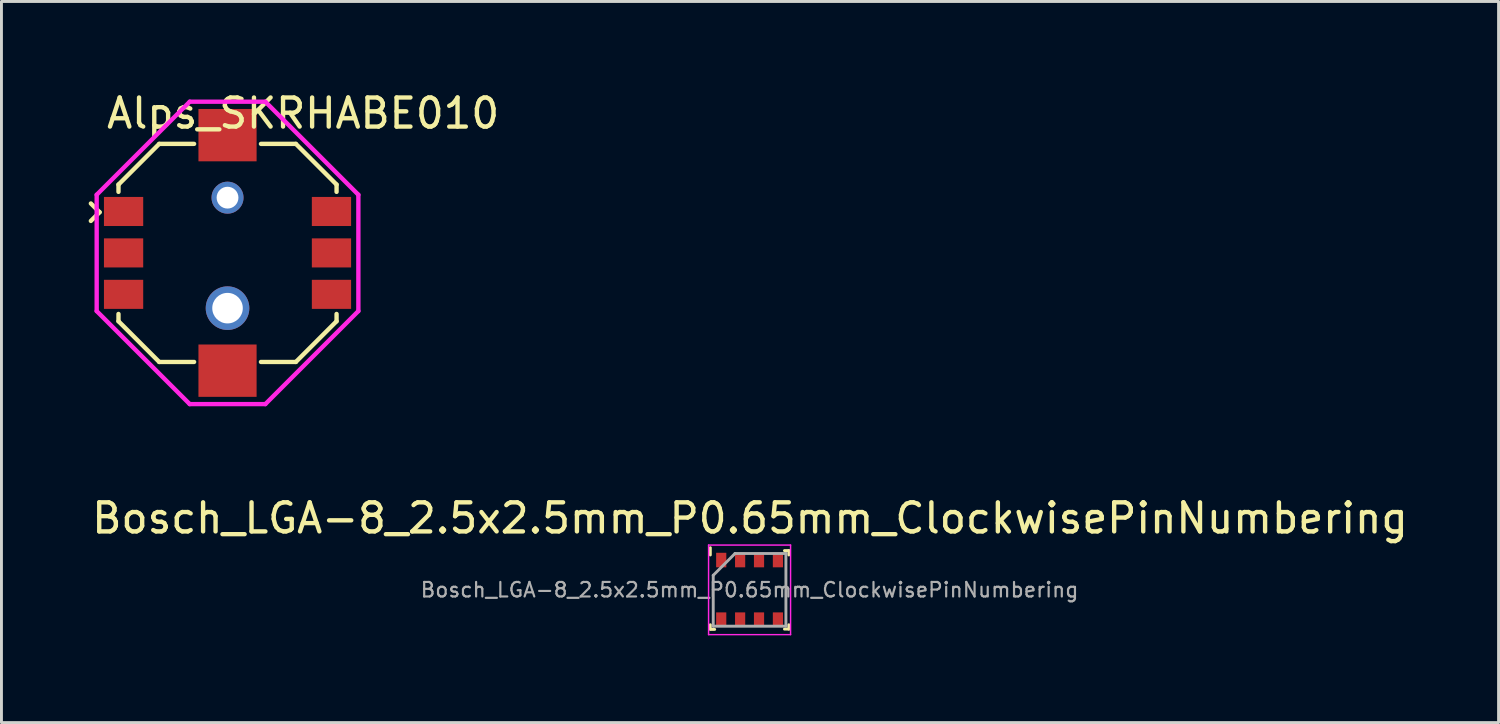
<source format=kicad_pcb>
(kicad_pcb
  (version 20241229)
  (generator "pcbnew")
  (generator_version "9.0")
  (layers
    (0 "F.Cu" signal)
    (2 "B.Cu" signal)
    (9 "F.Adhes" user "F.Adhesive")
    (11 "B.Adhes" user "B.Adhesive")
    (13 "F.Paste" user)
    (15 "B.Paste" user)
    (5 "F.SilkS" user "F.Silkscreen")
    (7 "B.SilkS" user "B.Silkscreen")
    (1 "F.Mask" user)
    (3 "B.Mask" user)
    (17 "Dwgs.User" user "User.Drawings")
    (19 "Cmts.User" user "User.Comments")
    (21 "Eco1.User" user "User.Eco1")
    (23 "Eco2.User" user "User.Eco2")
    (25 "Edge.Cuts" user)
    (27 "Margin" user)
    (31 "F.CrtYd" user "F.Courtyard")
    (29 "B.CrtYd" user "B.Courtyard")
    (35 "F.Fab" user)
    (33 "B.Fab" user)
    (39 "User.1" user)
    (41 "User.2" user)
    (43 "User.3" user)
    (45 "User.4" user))
  (footprint "Bosch_LGA-8_2.5x2.5mm_P0.65mm_ClockwisePinNumbering"
    (layer "F.Cu")
    (at 22.729 17.236)
    (property "Reference" "Bosch_LGA-8_2.5x2.5mm_P0.65mm_ClockwisePinNumbering" (at 0.015 -2.465 0) (layer "F.SilkS") (effects (font (size 1 1) (thickness 0.15))))
    (attr smd)
    (fp_line (start -1.35 -1.2) (end -1.35 -1.45) (stroke (width 0.1) (type solid)) (layer "F.SilkS"))
    (fp_line (start -1.35 1.35) (end -1.35 1.2) (stroke (width 0.1) (type solid)) (layer "F.SilkS"))
    (fp_line (start -1.35 1.36) (end -1.2 1.36) (stroke (width 0.1) (type solid)) (layer "F.SilkS"))
    (fp_line (start 1.2 -1.35) (end 1.35 -1.35) (stroke (width 0.1) (type solid)) (layer "F.SilkS"))
    (fp_line (start 1.35 -1.35) (end 1.35 -1.2) (stroke (width 0.1) (type solid)) (layer "F.SilkS"))
    (fp_line (start 1.35 1.35) (end 1.2 1.35) (stroke (width 0.1) (type solid)) (layer "F.SilkS"))
    (fp_line (start 1.35 1.35) (end 1.35 1.2) (stroke (width 0.1) (type solid)) (layer "F.SilkS"))
    (fp_line (start -1.41 -1.54) (end 1.41 -1.54) (stroke (width 0.05) (type solid)) (layer "F.CrtYd"))
    (fp_line (start -1.41 1.54) (end -1.41 -1.54) (stroke (width 0.05) (type solid)) (layer "F.CrtYd"))
    (fp_line (start 1.41 -1.54) (end 1.41 1.54) (stroke (width 0.05) (type solid)) (layer "F.CrtYd"))
    (fp_line (start 1.41 1.54) (end -1.41 1.54) (stroke (width 0.05) (type solid)) (layer "F.CrtYd"))
    (fp_line (start -1.25 -0.5) (end -0.5 -1.25) (stroke (width 0.1) (type solid)) (layer "F.Fab"))
    (fp_line (start -1.25 1.25) (end -1.25 -0.5) (stroke (width 0.1) (type solid)) (layer "F.Fab"))
    (fp_line (start -0.5 -1.25) (end 1.25 -1.25) (stroke (width 0.1) (type solid)) (layer "F.Fab"))
    (fp_line (start 1.25 -1.25) (end 1.25 1.25) (stroke (width 0.1) (type solid)) (layer "F.Fab"))
    (fp_line (start 1.25 1.25) (end -1.25 1.25) (stroke (width 0.1) (type solid)) (layer "F.Fab"))
    (fp_text user "${REFERENCE}" (at 0 0 180) (layer "F.Fab") (effects (font (size 0.5 0.5) (thickness 0.075))))
    (pad "1" smd rect (at -0.975 -1.025 90) (size 0.5 0.35) (layers "F.Cu" "F.Mask" "F.Paste"))
    (pad "2" smd rect (at -0.325 -1.025 90) (size 0.5 0.35) (layers "F.Cu" "F.Mask" "F.Paste"))
    (pad "3" smd rect (at 0.325 -1.025 90) (size 0.5 0.35) (layers "F.Cu" "F.Mask" "F.Paste"))
    (pad "4" smd rect (at 0.975 -1.025 90) (size 0.5 0.35) (layers "F.Cu" "F.Mask" "F.Paste"))
    (pad "5" smd rect (at 0.975 1.025 90) (size 0.5 0.35) (layers "F.Cu" "F.Mask" "F.Paste"))
    (pad "6" smd rect (at 0.325 1.025 90) (size 0.5 0.35) (layers "F.Cu" "F.Mask" "F.Paste"))
    (pad "7" smd rect (at -0.325 1.025 90) (size 0.5 0.35) (layers "F.Cu" "F.Mask" "F.Paste"))
    (pad "8" smd rect (at -0.975 1.025 90) (size 0.5 0.35) (layers "F.Cu" "F.Mask" "F.Paste")))
  (footprint "Alps_SKRHABE010"
    (layer "F.Cu")
    (at 4.775 5.648)
    (property "Reference" "Alps_SKRHABE010" (at 2.6 -4.8 0) (layer "F.SilkS") (effects (font (size 1 1) (thickness 0.15))))
    (attr through_hole)
    (fp_line (start -4.7 -1.1) (end -4.4 -1.4) (stroke (width 0.15) (type solid)) (layer "F.SilkS"))
    (fp_line (start -4.4 -1.4) (end -4.7 -1.7) (stroke (width 0.15) (type solid)) (layer "F.SilkS"))
    (fp_line (start -3.75 -2.35) (end -3.75 -2.1) (stroke (width 0.15) (type solid)) (layer "F.SilkS"))
    (fp_line (start -3.75 -2.35) (end -2.35 -3.75) (stroke (width 0.15) (type solid)) (layer "F.SilkS"))
    (fp_line (start -3.75 2.35) (end -3.75 2.1) (stroke (width 0.15) (type solid)) (layer "F.SilkS"))
    (fp_line (start -2.35 -3.75) (end -1.15 -3.75) (stroke (width 0.15) (type solid)) (layer "F.SilkS"))
    (fp_line (start -2.35 3.75) (end -3.75 2.35) (stroke (width 0.15) (type solid)) (layer "F.SilkS"))
    (fp_line (start -1.15 3.75) (end -2.35 3.75) (stroke (width 0.15) (type solid)) (layer "F.SilkS"))
    (fp_line (start 1.15 -3.75) (end 2.35 -3.75) (stroke (width 0.15) (type solid)) (layer "F.SilkS"))
    (fp_line (start 2.35 -3.75) (end 3.75 -2.35) (stroke (width 0.15) (type solid)) (layer "F.SilkS"))
    (fp_line (start 2.35 3.75) (end 1.15 3.75) (stroke (width 0.15) (type solid)) (layer "F.SilkS"))
    (fp_line (start 3.75 -2.35) (end 3.75 -2.1) (stroke (width 0.15) (type solid)) (layer "F.SilkS"))
    (fp_line (start 3.75 2.35) (end 2.35 3.75) (stroke (width 0.15) (type solid)) (layer "F.SilkS"))
    (fp_line (start 3.75 2.35) (end 3.75 2.1) (stroke (width 0.15) (type solid)) (layer "F.SilkS"))
    (fp_line (start -4.5 -2) (end -1.3 -5.2) (stroke (width 0.15) (type solid)) (layer "F.CrtYd"))
    (fp_line (start -4.5 2) (end -4.5 -2) (stroke (width 0.15) (type solid)) (layer "F.CrtYd"))
    (fp_line (start -1.3 -5.2) (end 1.3 -5.2) (stroke (width 0.15) (type solid)) (layer "F.CrtYd"))
    (fp_line (start -1.3 5.2) (end -4.5 2) (stroke (width 0.15) (type solid)) (layer "F.CrtYd"))
    (fp_line (start 1.3 -5.2) (end 4.5 -2) (stroke (width 0.15) (type solid)) (layer "F.CrtYd"))
    (fp_line (start 1.3 5.2) (end -1.3 5.2) (stroke (width 0.15) (type solid)) (layer "F.CrtYd"))
    (fp_line (start 4.5 -2) (end 4.5 2) (stroke (width 0.15) (type solid)) (layer "F.CrtYd"))
    (fp_line (start 4.5 2) (end 1.3 5.2) (stroke (width 0.15) (type solid)) (layer "F.CrtYd"))
    (pad "" np_thru_hole circle (at 0 -1.9) (size 1.1 1.1) (drill 0.75) (layers "*.Cu" "*.Mask"))
    (pad "" np_thru_hole circle (at 0 1.9) (size 1.5 1.5) (drill 1.05) (layers "*.Cu" "*.Mask"))
    (pad "1" smd rect (at -3.575 -1.425) (size 1.35 1) (layers "F.Cu" "F.Mask" "F.Paste"))
    (pad "2" smd rect (at -3.575 0) (size 1.35 1) (layers "F.Cu" "F.Mask" "F.Paste"))
    (pad "3" smd rect (at -3.575 1.425) (size 1.35 1) (layers "F.Cu" "F.Mask" "F.Paste"))
    (pad "4" smd rect (at 3.575 -1.425) (size 1.35 1) (layers "F.Cu" "F.Mask" "F.Paste"))
    (pad "5" smd rect (at 3.575 0) (size 1.35 1) (layers "F.Cu" "F.Mask" "F.Paste"))
    (pad "6" smd rect (at 3.575 1.425) (size 1.35 1) (layers "F.Cu" "F.Mask" "F.Paste"))
    (pad "7" smd rect (at 0 -4.05) (size 2 1.8) (layers "F.Cu" "F.Mask" "F.Paste"))
    (pad "8" smd rect (at 0 4.05) (size 2 1.8) (layers "F.Cu" "F.Mask" "F.Paste")))
  (gr_rect
    (start -3 -3)
    (end 48.488 21.802)
    (stroke (width 0.1) (type default))
    (fill no)
    (layer "Edge.Cuts")))
</source>
